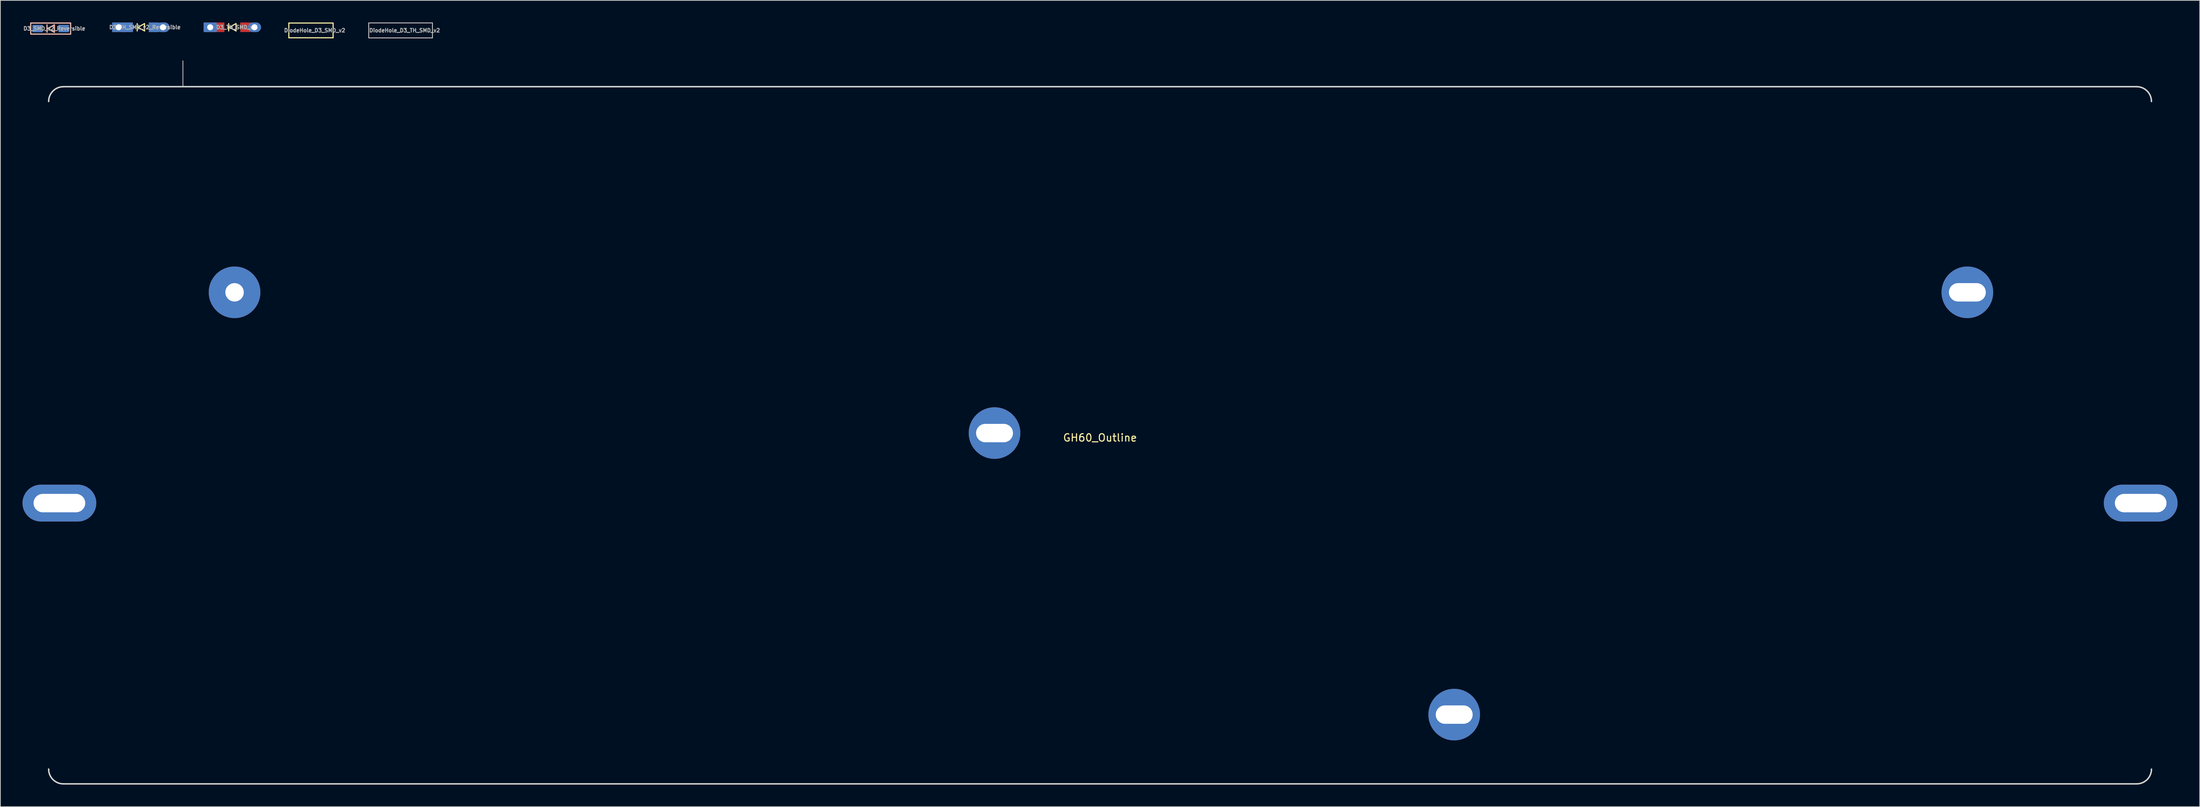
<source format=kicad_pcb>
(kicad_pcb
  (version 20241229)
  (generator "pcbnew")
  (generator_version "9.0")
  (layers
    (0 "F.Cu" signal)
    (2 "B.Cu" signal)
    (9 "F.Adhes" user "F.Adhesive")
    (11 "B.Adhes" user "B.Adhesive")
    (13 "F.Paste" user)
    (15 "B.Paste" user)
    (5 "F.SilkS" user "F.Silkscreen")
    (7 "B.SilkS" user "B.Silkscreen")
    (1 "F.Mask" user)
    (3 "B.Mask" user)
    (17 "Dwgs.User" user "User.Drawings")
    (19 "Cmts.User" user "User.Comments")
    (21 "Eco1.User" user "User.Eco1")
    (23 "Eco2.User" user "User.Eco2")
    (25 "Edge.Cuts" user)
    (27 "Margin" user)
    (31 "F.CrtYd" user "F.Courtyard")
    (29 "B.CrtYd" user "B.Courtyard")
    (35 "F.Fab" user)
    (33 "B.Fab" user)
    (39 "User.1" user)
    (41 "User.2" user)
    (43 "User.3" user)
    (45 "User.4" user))
  (footprint "D3_TH_SMD_v2"
    (layer "F.Cu")
    (at 28.439 0.65)
    (property "Reference" "D3_TH_SMD_v2" (at 0.55 0 180) (layer "F.Fab") (effects (font (size 0.5 0.5) (thickness 0.125))))
    (attr through_hole)
    (fp_line (start -0.5 -0.5) (end -0.5 0.5) (stroke (width 0.15) (type solid)) (layer "F.SilkS"))
    (fp_line (start -0.4 0) (end 0.5 -0.5) (stroke (width 0.15) (type solid)) (layer "F.SilkS"))
    (fp_line (start 0.5 -0.5) (end 0.5 0.5) (stroke (width 0.15) (type solid)) (layer "F.SilkS"))
    (fp_line (start 0.5 0.5) (end -0.4 0) (stroke (width 0.15) (type solid)) (layer "F.SilkS"))
    (pad "1" smd rect (at 1.775 0 180) (size 1.4 1.3) (layers "F.Cu" "F.Mask" "F.Paste"))
    (pad "1" thru_hole oval (at 3 0) (size 1.778 1.3) (drill 0.813) (layers "*.Cu" "B.Mask"))
    (pad "2" thru_hole rect (at -3 0) (size 1.778 1.3) (drill 0.813) (layers "*.Cu" "B.Mask"))
    (pad "2" smd rect (at -1.775 0 180) (size 1.4 1.3) (layers "F.Cu" "F.Mask" "F.Paste")))
  (footprint "DiodeHole_D3_SMD_v2"
    (layer "F.Cu")
    (at 39.096 1.075)
    (property "Reference" "DiodeHole_D3_SMD_v2" (at 0.5 0 0) (layer "F.Fab") (effects (font (size 0.5 0.5) (thickness 0.125))))
    (attr through_hole)
    (fp_line (start -3 -1) (end -3 1) (stroke (width 0.15) (type solid)) (layer "F.SilkS"))
    (fp_line (start -3 1) (end 3 1) (stroke (width 0.15) (type solid)) (layer "F.SilkS"))
    (fp_line (start 3 -1) (end -3 -1) (stroke (width 0.15) (type solid)) (layer "F.SilkS"))
    (fp_line (start 3 -1) (end 3 1) (stroke (width 0.15) (type solid)) (layer "F.SilkS")))
  (footprint "D3_TH_SMD_v2_Reversible"
    (layer "F.Cu")
    (at 16.041 0.65)
    (property "Reference" "D3_TH_SMD_v2_Reversible" (at 0.55 0 180) (layer "F.Fab") (effects (font (size 0.5 0.5) (thickness 0.125))))
    (attr through_hole)
    (fp_line (start -0.5 -0.5) (end -0.5 0.5) (stroke (width 0.15) (type solid)) (layer "F.SilkS"))
    (fp_line (start -0.4 0) (end 0.5 -0.5) (stroke (width 0.15) (type solid)) (layer "F.SilkS"))
    (fp_line (start 0.5 -0.5) (end 0.5 0.5) (stroke (width 0.15) (type solid)) (layer "F.SilkS"))
    (fp_line (start 0.5 0.5) (end -0.4 0) (stroke (width 0.15) (type solid)) (layer "F.SilkS"))
    (pad "1" thru_hole rect (at -3 0) (size 1.778 1.3) (drill 0.813) (layers "*.Cu" "B.Mask"))
    (pad "1" smd rect (at -1.775 0 180) (size 1.4 1.3) (layers "F.Cu" "F.Mask" "F.Paste"))
    (pad "1" smd rect (at -1.775 0 180) (size 1.4 1.3) (layers "B.Cu" "B.Mask" "B.Paste"))
    (pad "2" smd rect (at 1.775 0 180) (size 1.4 1.3) (layers "F.Cu" "F.Mask" "F.Paste"))
    (pad "2" smd rect (at 1.775 0 180) (size 1.4 1.3) (layers "B.Cu" "B.Mask" "B.Paste"))
    (pad "2" thru_hole oval (at 3 0) (size 1.778 1.3) (drill 0.813) (layers "*.Cu" "B.Mask")))
  (footprint "D3_SMD_v2_Reversible"
    (layer "F.Cu")
    (at 3.816 0.825)
    (property "Reference" "D3_SMD_v2_Reversible" (at 0.5 0 0) (layer "F.Fab") (effects (font (size 0.5 0.5) (thickness 0.125))))
    (attr through_hole)
    (fp_line (start -2.7 -0.75) (end -2.7 0.75) (stroke (width 0.15) (type solid)) (layer "F.SilkS"))
    (fp_line (start -2.7 0.75) (end 2.7 0.75) (stroke (width 0.15) (type solid)) (layer "F.SilkS"))
    (fp_line (start -0.5 -0.5) (end -0.5 0.5) (stroke (width 0.15) (type solid)) (layer "F.SilkS"))
    (fp_line (start -0.4 0) (end 0.5 -0.5) (stroke (width 0.15) (type solid)) (layer "F.SilkS"))
    (fp_line (start 0.5 -0.5) (end 0.5 0.5) (stroke (width 0.15) (type solid)) (layer "F.SilkS"))
    (fp_line (start 0.5 0.5) (end -0.4 0) (stroke (width 0.15) (type solid)) (layer "F.SilkS"))
    (fp_line (start 2.7 -0.75) (end -2.7 -0.75) (stroke (width 0.15) (type solid)) (layer "F.SilkS"))
    (fp_line (start 2.7 -0.75) (end 2.7 0.75) (stroke (width 0.15) (type solid)) (layer "F.SilkS"))
    (fp_line (start -2.7 -0.75) (end -2.7 0.75) (stroke (width 0.15) (type solid)) (layer "B.SilkS"))
    (fp_line (start -2.7 0.75) (end 2.7 0.75) (stroke (width 0.15) (type solid)) (layer "B.SilkS"))
    (fp_line (start -0.5 -0.5) (end -0.5 0.5) (stroke (width 0.15) (type solid)) (layer "B.SilkS"))
    (fp_line (start -0.4 0) (end 0.5 -0.5) (stroke (width 0.15) (type solid)) (layer "B.SilkS"))
    (fp_line (start 0.5 -0.5) (end 0.5 0.5) (stroke (width 0.15) (type solid)) (layer "B.SilkS"))
    (fp_line (start 0.5 0.5) (end -0.4 0) (stroke (width 0.15) (type solid)) (layer "B.SilkS"))
    (fp_line (start 2.7 -0.75) (end -2.7 -0.75) (stroke (width 0.15) (type solid)) (layer "B.SilkS"))
    (fp_line (start 2.7 -0.75) (end 2.7 0.75) (stroke (width 0.15) (type solid)) (layer "B.SilkS"))
    (pad "1" smd rect (at -1.775 0) (size 1.4 1) (layers "F.Cu" "F.Mask" "F.Paste"))
    (pad "1" smd rect (at -1.775 0) (size 1.4 1) (layers "B.Cu" "B.Mask" "B.Paste"))
    (pad "2" smd rect (at 1.775 0) (size 1.4 1) (layers "F.Cu" "F.Mask" "F.Paste"))
    (pad "2" smd rect (at 1.775 0) (size 1.4 1) (layers "B.Cu" "B.Mask" "B.Paste")))
  (footprint "DiodeHole_D3_TH_SMD_v2"
    (layer "F.Cu")
    (at 51.243 1.076)
    (property "Reference" "DiodeHole_D3_TH_SMD_v2" (at 0.55 0 180) (layer "F.Fab") (effects (font (size 0.5 0.5) (thickness 0.125))))
    (attr through_hole)
    (fp_line (start -4.318 -1.016) (end -4.318 1.016) (stroke (width 0.12) (type solid)) (layer "Dwgs.User"))
    (fp_line (start -4.318 1.016) (end 4.318 1.016) (stroke (width 0.12) (type solid)) (layer "Dwgs.User"))
    (fp_line (start 4.318 -1.016) (end -4.318 -1.016) (stroke (width 0.12) (type solid)) (layer "Dwgs.User"))
    (fp_line (start 4.318 1.016) (end 4.318 -1.016) (stroke (width 0.12) (type solid)) (layer "Dwgs.User")))
  (footprint "GH60_Outline"
    (layer "F.Cu")
    (at 146.041 56.012)
    (property "Reference" "GH60_Outline" (at 0 0.335 0) (layer "F.SilkS") (effects (font (size 1 1) (thickness 0.15))))
    (attr through_hole)
    (fp_curve (pts (xy -142.499 45.301) (xy -142.499 46.406) (xy -141.603 47.301) (xy -140.499 47.301)) (stroke (width 0.2) (type solid)) (layer "Edge.Cuts"))
    (fp_curve (pts (xy -142.499 45.302) (xy -142.5 45.302) (xy -142.5 -45.302) (xy -142.499 -45.302)) (stroke (width 0.2) (type solid)) (layer "Edge.Cuts"))
    (fp_curve (pts (xy -140.499 -47.301) (xy -140.499 -47.301) (xy 140.499 -47.301) (xy 140.499 -47.301)) (stroke (width 0.2) (type solid)) (layer "Edge.Cuts"))
    (fp_curve (pts (xy -140.499 -47.299) (xy -141.603 -47.299) (xy -142.499 -46.403) (xy -142.499 -45.299)) (stroke (width 0.2) (type solid)) (layer "Edge.Cuts"))
    (fp_curve (pts (xy 140.501 47.301) (xy 140.499 47.301) (xy -140.499 47.301) (xy -140.499 47.301)) (stroke (width 0.2) (type solid)) (layer "Edge.Cuts"))
    (fp_curve (pts (xy 140.501 47.301) (xy 141.606 47.301) (xy 142.5 46.405) (xy 142.5 45.302)) (stroke (width 0.2) (type solid)) (layer "Edge.Cuts"))
    (fp_curve (pts (xy 142.5 -45.299) (xy 142.5 -46.403) (xy 141.606 -47.298) (xy 140.499 -47.301)) (stroke (width 0.2) (type solid)) (layer "Edge.Cuts"))
    (fp_curve (pts (xy 142.5 -45.299) (xy 142.5 -45.302) (xy 142.5 45.302) (xy 142.5 45.302)) (stroke (width 0.2) (type solid)) (layer "Edge.Cuts"))
    (fp_line (start -124.3 -50.8) (end -124.3 -47.301) (stroke (width 0.12) (type solid)) (layer "F.Fab"))
    (pad "1" thru_hole oval (at -141.041 9.202) (size 10 5.001) (drill oval 7 2.499) (layers "*.Cu" "*.Mask"))
    (pad "2" thru_hole circle (at -117.301 -19.398) (size 7.001 7.001) (drill 2.499) (layers "*.Cu" "*.Mask"))
    (pad "3" thru_hole circle (at -14.3 -0.299) (size 7 7) (drill oval 5.001 2.499) (layers "*.Cu" "*.Mask"))
    (pad "4" thru_hole circle (at 47.999 37.902) (size 7 7) (drill oval 5.001 2.499) (layers "*.Cu" "*.Mask"))
    (pad "5" thru_hole circle (at 117.55 -19.398) (size 7 7) (drill oval 5.001 2.499) (layers "*.Cu" "*.Mask"))
    (pad "6" thru_hole oval (at 141.041 9.202) (size 10 5.001) (drill oval 7 2.499) (layers "*.Cu" "*.Mask")))
  (gr_rect
    (start -3 -3)
    (end 295.082 106.413)
    (stroke (width 0.1) (type default))
    (fill no)
    (layer "Edge.Cuts")))
</source>
